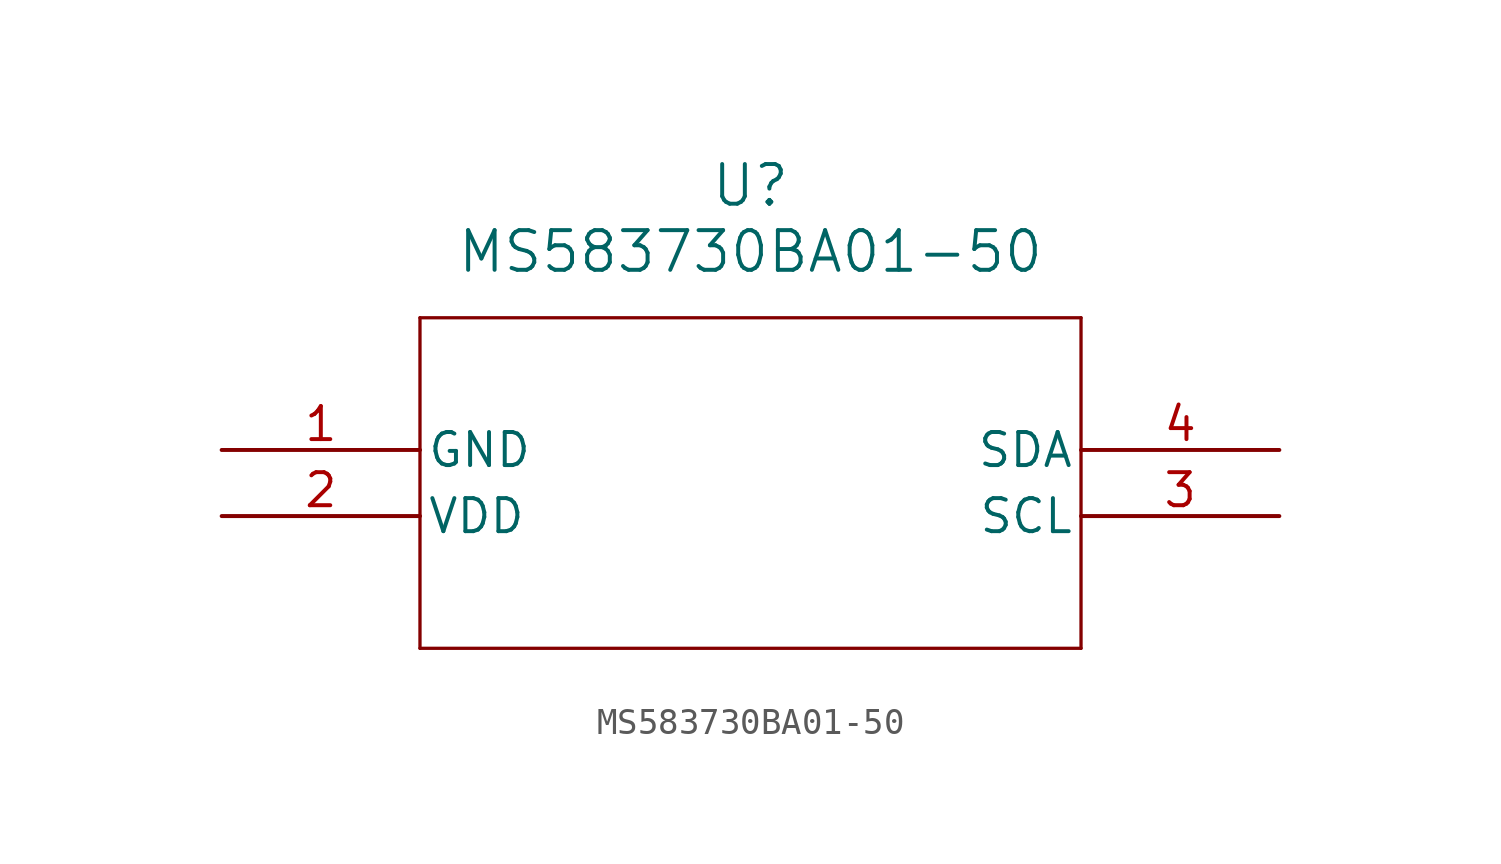
<source format=kicad_sym>
(kicad_symbol_lib
  (version 20211014)
  (generator kicad_symbol_editor)
  (symbol "MS583730BA01-50"
    (pin_names
      (offset 0.254))
    (property "Reference" "U"
      (at 20.32 10.16 0)
      (effects (font (size 1.524 1.524))))
    (property "Value" "MS583730BA01-50"
      (at 20.32 7.62 0)
      (effects (font (size 1.524 1.524))))
    (symbol "MS583730BA01-50_0_1"
      (polyline (pts (xy 7.62 5.08) (xy 7.62 -7.62)) (stroke (width 0.127) (type default) (color 0 0 0 0)) (fill (type none)))
      (polyline (pts (xy 7.62 -7.62) (xy 33.02 -7.62)) (stroke (width 0.127) (type default) (color 0 0 0 0)) (fill (type none)))
      (polyline (pts (xy 33.02 -7.62) (xy 33.02 5.08)) (stroke (width 0.127) (type default) (color 0 0 0 0)) (fill (type none)))
      (polyline (pts (xy 33.02 5.08) (xy 7.62 5.08)) (stroke (width 0.127) (type default) (color 0 0 0 0)) (fill (type none)))
      (pin power_out line (at 0 0 0) (length 7.62) (name "GND" (effects (font (size 1.27 1.27)))) (number "1" (effects (font (size 1.27 1.27)))))
      (pin power_in line (at 0 -2.54 0) (length 7.62) (name "VDD" (effects (font (size 1.27 1.27)))) (number "2" (effects (font (size 1.27 1.27)))))
      (pin unspecified line (at 40.64 -2.54 180) (length 7.62) (name "SCL" (effects (font (size 1.27 1.27)))) (number "3" (effects (font (size 1.27 1.27)))))
      (pin unspecified line (at 40.64 0 180) (length 7.62) (name "SDA" (effects (font (size 1.27 1.27)))) (number "4" (effects (font (size 1.27 1.27))))))))
</source>
